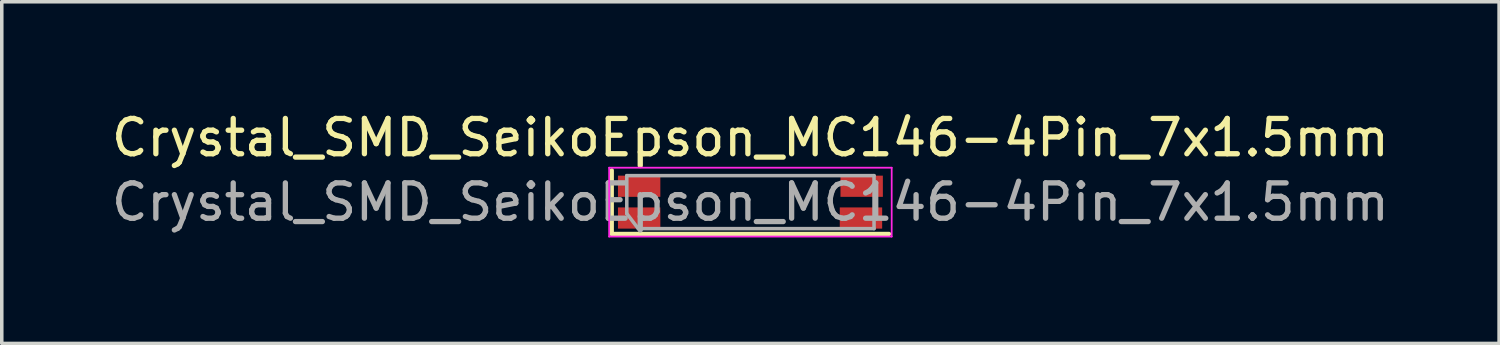
<source format=kicad_pcb>
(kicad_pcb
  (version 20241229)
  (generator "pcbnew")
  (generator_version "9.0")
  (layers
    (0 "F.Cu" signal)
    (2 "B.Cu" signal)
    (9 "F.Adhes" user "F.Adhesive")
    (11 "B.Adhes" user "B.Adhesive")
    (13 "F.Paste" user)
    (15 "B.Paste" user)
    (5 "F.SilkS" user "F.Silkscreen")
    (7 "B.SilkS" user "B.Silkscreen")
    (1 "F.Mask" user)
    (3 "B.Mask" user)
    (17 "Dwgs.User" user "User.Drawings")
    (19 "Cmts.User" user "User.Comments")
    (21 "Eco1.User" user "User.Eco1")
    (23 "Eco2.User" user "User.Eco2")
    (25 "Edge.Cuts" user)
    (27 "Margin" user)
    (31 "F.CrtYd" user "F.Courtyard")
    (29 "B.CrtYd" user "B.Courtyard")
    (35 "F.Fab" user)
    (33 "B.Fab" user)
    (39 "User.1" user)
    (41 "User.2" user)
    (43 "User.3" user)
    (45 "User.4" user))
  (footprint "Crystal_SMD_SeikoEpson_MC146-4Pin_7x1.5mm"
    (layer "F.Cu")
    (at 18.196 2.673)
    (property "Reference" "Crystal_SMD_SeikoEpson_MC146-4Pin_7x1.5mm" (at 0 -1.825 0) (layer "F.SilkS") (effects (font (size 1 1) (thickness 0.15))))
    (attr smd)
    (fp_line (start -3.925 -0.9) (end -3.925 0.9) (stroke (width 0.12) (type solid)) (layer "F.SilkS"))
    (fp_line (start -3.925 0.9) (end 3.925 0.9) (stroke (width 0.12) (type solid)) (layer "F.SilkS"))
    (fp_line (start -4 -0.975) (end -4 0.975) (stroke (width 0.05) (type solid)) (layer "F.CrtYd"))
    (fp_line (start -4 0.975) (end 4 0.975) (stroke (width 0.05) (type solid)) (layer "F.CrtYd"))
    (fp_line (start 4 -0.975) (end -4 -0.975) (stroke (width 0.05) (type solid)) (layer "F.CrtYd"))
    (fp_line (start 4 0.975) (end 4 -0.975) (stroke (width 0.05) (type solid)) (layer "F.CrtYd"))
    (fp_line (start -3.5 -0.75) (end -3.5 0.325) (stroke (width 0.1) (type solid)) (layer "F.Fab"))
    (fp_line (start -3.5 0.325) (end -3.175 0.75) (stroke (width 0.1) (type solid)) (layer "F.Fab"))
    (fp_line (start -3.175 0.75) (end 3.5 0.75) (stroke (width 0.1) (type solid)) (layer "F.Fab"))
    (fp_line (start 3.5 -0.75) (end -3.5 -0.75) (stroke (width 0.1) (type solid)) (layer "F.Fab"))
    (fp_line (start 3.5 0.75) (end 3.5 -0.75) (stroke (width 0.1) (type solid)) (layer "F.Fab"))
    (fp_text user "${REFERENCE}" (at 0 0 0) (layer "F.Fab") (effects (font (size 1 1) (thickness 0.15))))
    (pad "1" smd rect (at -3.15 0.45) (size 1.2 0.6) (layers "F.Cu" "F.Mask" "F.Paste"))
    (pad "2" smd rect (at 3.13 0.45) (size 1.2 0.6) (layers "F.Cu" "F.Mask" "F.Paste"))
    (pad "3" smd rect (at 3.15 -0.45) (size 1.2 0.6) (layers "F.Cu" "F.Mask" "F.Paste"))
    (pad "4" smd rect (at -3.15 -0.45) (size 1.2 0.6) (layers "F.Cu" "F.Mask" "F.Paste")))
  (gr_rect
    (start -3 -3)
    (end 39.393 6.673)
    (stroke (width 0.1) (type default))
    (fill no)
    (layer "Edge.Cuts")))
</source>
